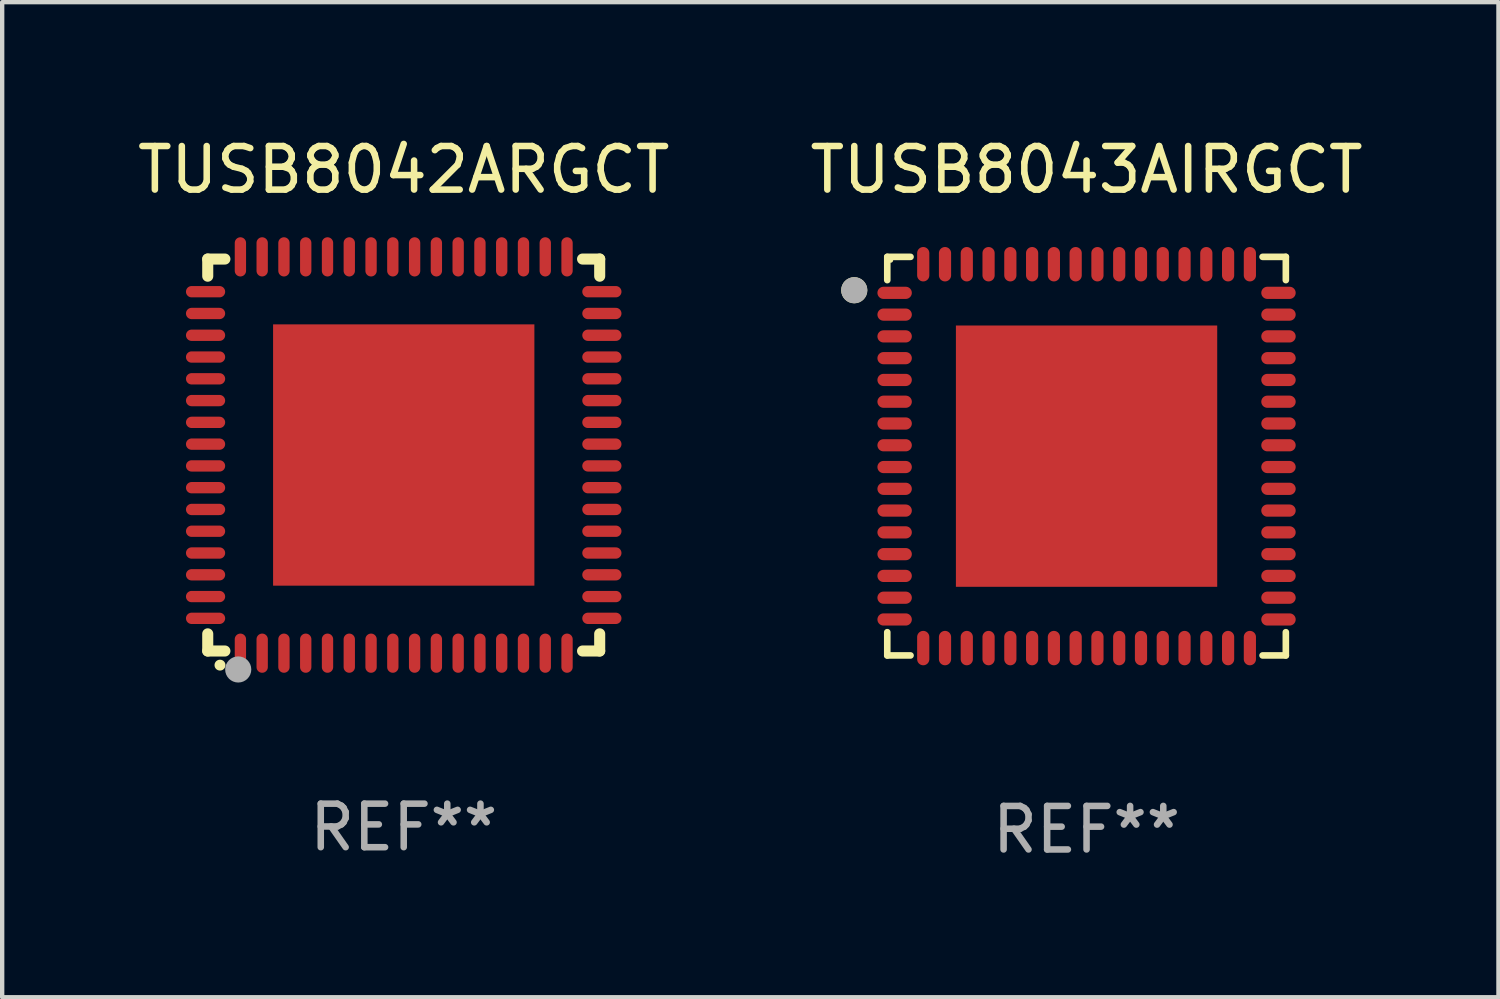
<source format=kicad_pcb>
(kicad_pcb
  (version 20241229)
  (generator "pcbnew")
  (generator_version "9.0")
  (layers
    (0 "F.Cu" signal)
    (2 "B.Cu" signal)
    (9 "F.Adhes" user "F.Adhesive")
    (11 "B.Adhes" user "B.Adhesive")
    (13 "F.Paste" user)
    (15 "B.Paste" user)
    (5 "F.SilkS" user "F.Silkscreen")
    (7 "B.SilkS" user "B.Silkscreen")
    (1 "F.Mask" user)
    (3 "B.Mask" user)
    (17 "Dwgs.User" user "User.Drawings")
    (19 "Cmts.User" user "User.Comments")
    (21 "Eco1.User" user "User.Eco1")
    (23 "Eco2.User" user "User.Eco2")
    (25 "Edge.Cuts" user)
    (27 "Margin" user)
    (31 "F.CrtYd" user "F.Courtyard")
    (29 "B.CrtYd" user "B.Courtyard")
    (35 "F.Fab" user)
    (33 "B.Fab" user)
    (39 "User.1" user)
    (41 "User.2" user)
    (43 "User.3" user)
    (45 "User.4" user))
  (footprint "TUSB8042ARGCT"
    (layer "F.Cu")
    (at 6.22 7.398)
    (property "Reference" "TUSB8042ARGCT" (at 0 -6.55 0) (layer "F.SilkS") (effects (font (size 1 1) (thickness 0.15))))
    (attr through_hole)
    (fp_line (start -4.5 -4.5) (end -4.106 -4.5) (stroke (width 0.254) (type solid)) (layer "F.SilkS"))
    (fp_line (start -4.5 -4.106) (end -4.5 -4.5) (stroke (width 0.254) (type solid)) (layer "F.SilkS"))
    (fp_line (start -4.5 4.5) (end -4.5 4.106) (stroke (width 0.254) (type solid)) (layer "F.SilkS"))
    (fp_line (start -4.106 4.5) (end -4.5 4.5) (stroke (width 0.254) (type solid)) (layer "F.SilkS"))
    (fp_line (start 4.106 -4.5) (end 4.5 -4.5) (stroke (width 0.254) (type solid)) (layer "F.SilkS"))
    (fp_line (start 4.5 -4.5) (end 4.5 -4.106) (stroke (width 0.254) (type solid)) (layer "F.SilkS"))
    (fp_line (start 4.5 4.106) (end 4.5 4.5) (stroke (width 0.254) (type solid)) (layer "F.SilkS"))
    (fp_line (start 4.5 4.5) (end 4.106 4.5) (stroke (width 0.254) (type solid)) (layer "F.SilkS"))
    (fp_arc (start -4.220041 4.824308) (mid -4.218771 4.824302) (end -4.217501 4.824308) (stroke (width 0.24892) (type solid)) (layer "F.SilkS"))
    (fp_circle (center -4.5 4.5) (end -4.47 4.5) (stroke (width 0.06) (type solid)) (fill no) (layer "F.SilkS"))
    (fp_circle (center -3.8 4.924) (end -3.65 4.924) (stroke (width 0.3) (type solid)) (fill no) (layer "F.Fab"))
    (fp_text user "REF**" (at 0 8.55 0) (layer "F.Fab") (effects (font (size 1 1) (thickness 0.15))))
    (pad "1" smd oval (at -3.75 4.55 90) (size 0.9 0.26) (layers "F.Cu" "F.Mask" "F.Paste"))
    (pad "2" smd oval (at -3.25 4.55 90) (size 0.9 0.26) (layers "F.Cu" "F.Mask" "F.Paste"))
    (pad "3" smd oval (at -2.75 4.55 90) (size 0.9 0.26) (layers "F.Cu" "F.Mask" "F.Paste"))
    (pad "4" smd oval (at -2.25 4.55 90) (size 0.9 0.26) (layers "F.Cu" "F.Mask" "F.Paste"))
    (pad "5" smd oval (at -1.75 4.55 90) (size 0.9 0.26) (layers "F.Cu" "F.Mask" "F.Paste"))
    (pad "6" smd oval (at -1.25 4.55 90) (size 0.9 0.26) (layers "F.Cu" "F.Mask" "F.Paste"))
    (pad "7" smd oval (at -0.75 4.55 90) (size 0.9 0.26) (layers "F.Cu" "F.Mask" "F.Paste"))
    (pad "8" smd oval (at -0.25 4.55 90) (size 0.9 0.26) (layers "F.Cu" "F.Mask" "F.Paste"))
    (pad "9" smd oval (at 0.25 4.55 90) (size 0.9 0.26) (layers "F.Cu" "F.Mask" "F.Paste"))
    (pad "10" smd oval (at 0.75 4.55 90) (size 0.9 0.26) (layers "F.Cu" "F.Mask" "F.Paste"))
    (pad "11" smd oval (at 1.25 4.55 90) (size 0.9 0.26) (layers "F.Cu" "F.Mask" "F.Paste"))
    (pad "12" smd oval (at 1.75 4.55 90) (size 0.9 0.26) (layers "F.Cu" "F.Mask" "F.Paste"))
    (pad "13" smd oval (at 2.25 4.55 90) (size 0.9 0.26) (layers "F.Cu" "F.Mask" "F.Paste"))
    (pad "14" smd oval (at 2.75 4.55 90) (size 0.9 0.26) (layers "F.Cu" "F.Mask" "F.Paste"))
    (pad "15" smd oval (at 3.25 4.55 90) (size 0.9 0.26) (layers "F.Cu" "F.Mask" "F.Paste"))
    (pad "16" smd oval (at 3.75 4.55 90) (size 0.9 0.26) (layers "F.Cu" "F.Mask" "F.Paste"))
    (pad "17" smd oval (at 4.55 3.75 90) (size 0.26 0.9) (layers "F.Cu" "F.Mask" "F.Paste"))
    (pad "18" smd oval (at 4.55 3.25 90) (size 0.26 0.9) (layers "F.Cu" "F.Mask" "F.Paste"))
    (pad "19" smd oval (at 4.55 2.75 90) (size 0.26 0.9) (layers "F.Cu" "F.Mask" "F.Paste"))
    (pad "20" smd oval (at 4.55 2.25 90) (size 0.26 0.9) (layers "F.Cu" "F.Mask" "F.Paste"))
    (pad "21" smd oval (at 4.55 1.75 90) (size 0.26 0.9) (layers "F.Cu" "F.Mask" "F.Paste"))
    (pad "22" smd oval (at 4.55 1.25 90) (size 0.26 0.9) (layers "F.Cu" "F.Mask" "F.Paste"))
    (pad "23" smd oval (at 4.55 0.75 90) (size 0.26 0.9) (layers "F.Cu" "F.Mask" "F.Paste"))
    (pad "24" smd oval (at 4.55 0.25 90) (size 0.26 0.9) (layers "F.Cu" "F.Mask" "F.Paste"))
    (pad "25" smd oval (at 4.55 -0.25 90) (size 0.26 0.9) (layers "F.Cu" "F.Mask" "F.Paste"))
    (pad "26" smd oval (at 4.55 -0.75 90) (size 0.26 0.9) (layers "F.Cu" "F.Mask" "F.Paste"))
    (pad "27" smd oval (at 4.55 -1.25 90) (size 0.26 0.9) (layers "F.Cu" "F.Mask" "F.Paste"))
    (pad "28" smd oval (at 4.55 -1.75 90) (size 0.26 0.9) (layers "F.Cu" "F.Mask" "F.Paste"))
    (pad "29" smd oval (at 4.55 -2.25 90) (size 0.26 0.9) (layers "F.Cu" "F.Mask" "F.Paste"))
    (pad "30" smd oval (at 4.55 -2.75 90) (size 0.26 0.9) (layers "F.Cu" "F.Mask" "F.Paste"))
    (pad "31" smd oval (at 4.55 -3.25 90) (size 0.26 0.9) (layers "F.Cu" "F.Mask" "F.Paste"))
    (pad "32" smd oval (at 4.55 -3.75 90) (size 0.26 0.9) (layers "F.Cu" "F.Mask" "F.Paste"))
    (pad "33" smd oval (at 3.75 -4.55 90) (size 0.9 0.26) (layers "F.Cu" "F.Mask" "F.Paste"))
    (pad "34" smd oval (at 3.25 -4.55 90) (size 0.9 0.26) (layers "F.Cu" "F.Mask" "F.Paste"))
    (pad "35" smd oval (at 2.75 -4.55 90) (size 0.9 0.26) (layers "F.Cu" "F.Mask" "F.Paste"))
    (pad "36" smd oval (at 2.25 -4.55 90) (size 0.9 0.26) (layers "F.Cu" "F.Mask" "F.Paste"))
    (pad "37" smd oval (at 1.75 -4.55 90) (size 0.9 0.26) (layers "F.Cu" "F.Mask" "F.Paste"))
    (pad "38" smd oval (at 1.25 -4.55 90) (size 0.9 0.26) (layers "F.Cu" "F.Mask" "F.Paste"))
    (pad "39" smd oval (at 0.75 -4.55 90) (size 0.9 0.26) (layers "F.Cu" "F.Mask" "F.Paste"))
    (pad "40" smd oval (at 0.25 -4.55 90) (size 0.9 0.26) (layers "F.Cu" "F.Mask" "F.Paste"))
    (pad "41" smd oval (at -0.25 -4.55 90) (size 0.9 0.26) (layers "F.Cu" "F.Mask" "F.Paste"))
    (pad "42" smd oval (at -0.75 -4.55 90) (size 0.9 0.26) (layers "F.Cu" "F.Mask" "F.Paste"))
    (pad "43" smd oval (at -1.25 -4.55 90) (size 0.9 0.26) (layers "F.Cu" "F.Mask" "F.Paste"))
    (pad "44" smd oval (at -1.75 -4.55 90) (size 0.9 0.26) (layers "F.Cu" "F.Mask" "F.Paste"))
    (pad "45" smd oval (at -2.25 -4.55 90) (size 0.9 0.26) (layers "F.Cu" "F.Mask" "F.Paste"))
    (pad "46" smd oval (at -2.75 -4.55 90) (size 0.9 0.26) (layers "F.Cu" "F.Mask" "F.Paste"))
    (pad "47" smd oval (at -3.25 -4.55 90) (size 0.9 0.26) (layers "F.Cu" "F.Mask" "F.Paste"))
    (pad "48" smd oval (at -3.75 -4.55 90) (size 0.9 0.26) (layers "F.Cu" "F.Mask" "F.Paste"))
    (pad "49" smd oval (at -4.55 -3.75 90) (size 0.26 0.9) (layers "F.Cu" "F.Mask" "F.Paste"))
    (pad "50" smd oval (at -4.55 -3.25 90) (size 0.26 0.9) (layers "F.Cu" "F.Mask" "F.Paste"))
    (pad "51" smd oval (at -4.55 -2.75 90) (size 0.26 0.9) (layers "F.Cu" "F.Mask" "F.Paste"))
    (pad "52" smd oval (at -4.55 -2.25 90) (size 0.26 0.9) (layers "F.Cu" "F.Mask" "F.Paste"))
    (pad "53" smd oval (at -4.55 -1.75 90) (size 0.26 0.9) (layers "F.Cu" "F.Mask" "F.Paste"))
    (pad "54" smd oval (at -4.55 -1.25 90) (size 0.26 0.9) (layers "F.Cu" "F.Mask" "F.Paste"))
    (pad "55" smd oval (at -4.55 -0.75 90) (size 0.26 0.9) (layers "F.Cu" "F.Mask" "F.Paste"))
    (pad "56" smd oval (at -4.55 -0.25 90) (size 0.26 0.9) (layers "F.Cu" "F.Mask" "F.Paste"))
    (pad "57" smd oval (at -4.55 0.25 90) (size 0.26 0.9) (layers "F.Cu" "F.Mask" "F.Paste"))
    (pad "58" smd oval (at -4.55 0.75 90) (size 0.26 0.9) (layers "F.Cu" "F.Mask" "F.Paste"))
    (pad "59" smd oval (at -4.55 1.25 90) (size 0.26 0.9) (layers "F.Cu" "F.Mask" "F.Paste"))
    (pad "60" smd oval (at -4.55 1.75 90) (size 0.26 0.9) (layers "F.Cu" "F.Mask" "F.Paste"))
    (pad "61" smd oval (at -4.55 2.25 90) (size 0.26 0.9) (layers "F.Cu" "F.Mask" "F.Paste"))
    (pad "62" smd oval (at -4.55 2.75 90) (size 0.26 0.9) (layers "F.Cu" "F.Mask" "F.Paste"))
    (pad "63" smd oval (at -4.55 3.25 90) (size 0.26 0.9) (layers "F.Cu" "F.Mask" "F.Paste"))
    (pad "64" smd oval (at -4.55 3.75 90) (size 0.26 0.9) (layers "F.Cu" "F.Mask" "F.Paste"))
    (pad "65" smd rect (at 0.000381 0 90) (size 6 6) (layers "F.Cu" "F.Mask" "F.Paste")))
  (footprint "TUSB8043AIRGCT"
    (layer "F.Cu")
    (at 21.899 7.424)
    (property "Reference" "TUSB8043AIRGCT" (at 0 -6.576 0) (layer "F.SilkS") (effects (font (size 1 1) (thickness 0.15))))
    (attr through_hole)
    (fp_line (start -4.576 -4.576) (end -4.042 -4.576) (stroke (width 0.152) (type solid)) (layer "F.SilkS"))
    (fp_line (start -4.576 -4.042) (end -4.576 -4.576) (stroke (width 0.152) (type solid)) (layer "F.SilkS"))
    (fp_line (start -4.576 4.042) (end -4.576 4.576) (stroke (width 0.152) (type solid)) (layer "F.SilkS"))
    (fp_line (start -4.576 4.576) (end -4.042 4.576) (stroke (width 0.152) (type solid)) (layer "F.SilkS"))
    (fp_line (start 4.576 -4.576) (end 4.042 -4.576) (stroke (width 0.152) (type solid)) (layer "F.SilkS"))
    (fp_line (start 4.576 -4.042) (end 4.576 -4.576) (stroke (width 0.152) (type solid)) (layer "F.SilkS"))
    (fp_line (start 4.576 4.042) (end 4.576 4.576) (stroke (width 0.152) (type solid)) (layer "F.SilkS"))
    (fp_line (start 4.576 4.576) (end 4.042 4.576) (stroke (width 0.152) (type solid)) (layer "F.SilkS"))
    (fp_circle (center -5.334 -3.81) (end -5.184 -3.81) (stroke (width 0.3) (type solid)) (fill no) (layer "F.SilkS"))
    (fp_circle (center -4.5 -4.5) (end -4.47 -4.5) (stroke (width 0.06) (type solid)) (fill no) (layer "F.SilkS"))
    (fp_circle (center -5.334 -3.81) (end -5.184 -3.81) (stroke (width 0.3) (type solid)) (fill no) (layer "F.Fab"))
    (fp_text user "REF**" (at 0 8.576 0) (layer "F.Fab") (effects (font (size 1 1) (thickness 0.15))))
    (pad "1" smd oval (at -4.407 -3.75) (size 0.79 0.28) (layers "F.Cu" "F.Mask" "F.Paste"))
    (pad "2" smd oval (at -4.407 -3.25) (size 0.79 0.28) (layers "F.Cu" "F.Mask" "F.Paste"))
    (pad "3" smd oval (at -4.407 -2.75) (size 0.79 0.28) (layers "F.Cu" "F.Mask" "F.Paste"))
    (pad "4" smd oval (at -4.407 -2.25) (size 0.79 0.28) (layers "F.Cu" "F.Mask" "F.Paste"))
    (pad "5" smd oval (at -4.407 -1.75) (size 0.79 0.28) (layers "F.Cu" "F.Mask" "F.Paste"))
    (pad "6" smd oval (at -4.407 -1.25) (size 0.79 0.28) (layers "F.Cu" "F.Mask" "F.Paste"))
    (pad "7" smd oval (at -4.407 -0.75) (size 0.79 0.28) (layers "F.Cu" "F.Mask" "F.Paste"))
    (pad "8" smd oval (at -4.407 -0.25) (size 0.79 0.28) (layers "F.Cu" "F.Mask" "F.Paste"))
    (pad "9" smd oval (at -4.407 0.25) (size 0.79 0.28) (layers "F.Cu" "F.Mask" "F.Paste"))
    (pad "10" smd oval (at -4.407 0.75) (size 0.79 0.28) (layers "F.Cu" "F.Mask" "F.Paste"))
    (pad "11" smd oval (at -4.407 1.25) (size 0.79 0.28) (layers "F.Cu" "F.Mask" "F.Paste"))
    (pad "12" smd oval (at -4.407 1.75) (size 0.79 0.28) (layers "F.Cu" "F.Mask" "F.Paste"))
    (pad "13" smd oval (at -4.407 2.25) (size 0.79 0.28) (layers "F.Cu" "F.Mask" "F.Paste"))
    (pad "14" smd oval (at -4.407 2.75) (size 0.79 0.28) (layers "F.Cu" "F.Mask" "F.Paste"))
    (pad "15" smd oval (at -4.407 3.25) (size 0.79 0.28) (layers "F.Cu" "F.Mask" "F.Paste"))
    (pad "16" smd oval (at -4.407 3.75) (size 0.79 0.28) (layers "F.Cu" "F.Mask" "F.Paste"))
    (pad "17" smd oval (at -3.75 4.407) (size 0.28 0.79) (layers "F.Cu" "F.Mask" "F.Paste"))
    (pad "18" smd oval (at -3.25 4.407) (size 0.28 0.79) (layers "F.Cu" "F.Mask" "F.Paste"))
    (pad "19" smd oval (at -2.75 4.407) (size 0.28 0.79) (layers "F.Cu" "F.Mask" "F.Paste"))
    (pad "20" smd oval (at -2.25 4.407) (size 0.28 0.79) (layers "F.Cu" "F.Mask" "F.Paste"))
    (pad "21" smd oval (at -1.75 4.407) (size 0.28 0.79) (layers "F.Cu" "F.Mask" "F.Paste"))
    (pad "22" smd oval (at -1.25 4.407) (size 0.28 0.79) (layers "F.Cu" "F.Mask" "F.Paste"))
    (pad "23" smd oval (at -0.75 4.407) (size 0.28 0.79) (layers "F.Cu" "F.Mask" "F.Paste"))
    (pad "24" smd oval (at -0.25 4.407) (size 0.28 0.79) (layers "F.Cu" "F.Mask" "F.Paste"))
    (pad "25" smd oval (at 0.25 4.407) (size 0.28 0.79) (layers "F.Cu" "F.Mask" "F.Paste"))
    (pad "26" smd oval (at 0.75 4.407) (size 0.28 0.79) (layers "F.Cu" "F.Mask" "F.Paste"))
    (pad "27" smd oval (at 1.25 4.407) (size 0.28 0.79) (layers "F.Cu" "F.Mask" "F.Paste"))
    (pad "28" smd oval (at 1.75 4.407) (size 0.28 0.79) (layers "F.Cu" "F.Mask" "F.Paste"))
    (pad "29" smd oval (at 2.25 4.407) (size 0.28 0.79) (layers "F.Cu" "F.Mask" "F.Paste"))
    (pad "30" smd oval (at 2.75 4.407) (size 0.28 0.79) (layers "F.Cu" "F.Mask" "F.Paste"))
    (pad "31" smd oval (at 3.25 4.407) (size 0.28 0.79) (layers "F.Cu" "F.Mask" "F.Paste"))
    (pad "32" smd oval (at 3.75 4.407) (size 0.28 0.79) (layers "F.Cu" "F.Mask" "F.Paste"))
    (pad "33" smd oval (at 4.407 3.75) (size 0.79 0.28) (layers "F.Cu" "F.Mask" "F.Paste"))
    (pad "34" smd oval (at 4.407 3.25) (size 0.79 0.28) (layers "F.Cu" "F.Mask" "F.Paste"))
    (pad "35" smd oval (at 4.407 2.75) (size 0.79 0.28) (layers "F.Cu" "F.Mask" "F.Paste"))
    (pad "36" smd oval (at 4.407 2.25) (size 0.79 0.28) (layers "F.Cu" "F.Mask" "F.Paste"))
    (pad "37" smd oval (at 4.407 1.75) (size 0.79 0.28) (layers "F.Cu" "F.Mask" "F.Paste"))
    (pad "38" smd oval (at 4.407 1.25) (size 0.79 0.28) (layers "F.Cu" "F.Mask" "F.Paste"))
    (pad "39" smd oval (at 4.407 0.75) (size 0.79 0.28) (layers "F.Cu" "F.Mask" "F.Paste"))
    (pad "40" smd oval (at 4.407 0.25) (size 0.79 0.28) (layers "F.Cu" "F.Mask" "F.Paste"))
    (pad "41" smd oval (at 4.407 -0.25) (size 0.79 0.28) (layers "F.Cu" "F.Mask" "F.Paste"))
    (pad "42" smd oval (at 4.407 -0.75) (size 0.79 0.28) (layers "F.Cu" "F.Mask" "F.Paste"))
    (pad "43" smd oval (at 4.407 -1.25) (size 0.79 0.28) (layers "F.Cu" "F.Mask" "F.Paste"))
    (pad "44" smd oval (at 4.407 -1.75) (size 0.79 0.28) (layers "F.Cu" "F.Mask" "F.Paste"))
    (pad "45" smd oval (at 4.407 -2.25) (size 0.79 0.28) (layers "F.Cu" "F.Mask" "F.Paste"))
    (pad "46" smd oval (at 4.407 -2.75) (size 0.79 0.28) (layers "F.Cu" "F.Mask" "F.Paste"))
    (pad "47" smd oval (at 4.407 -3.25) (size 0.79 0.28) (layers "F.Cu" "F.Mask" "F.Paste"))
    (pad "48" smd oval (at 4.407 -3.75) (size 0.79 0.28) (layers "F.Cu" "F.Mask" "F.Paste"))
    (pad "49" smd oval (at 3.75 -4.407) (size 0.28 0.79) (layers "F.Cu" "F.Mask" "F.Paste"))
    (pad "50" smd oval (at 3.25 -4.407) (size 0.28 0.79) (layers "F.Cu" "F.Mask" "F.Paste"))
    (pad "51" smd oval (at 2.75 -4.407) (size 0.28 0.79) (layers "F.Cu" "F.Mask" "F.Paste"))
    (pad "52" smd oval (at 2.25 -4.407) (size 0.28 0.79) (layers "F.Cu" "F.Mask" "F.Paste"))
    (pad "53" smd oval (at 1.75 -4.407) (size 0.28 0.79) (layers "F.Cu" "F.Mask" "F.Paste"))
    (pad "54" smd oval (at 1.25 -4.407) (size 0.28 0.79) (layers "F.Cu" "F.Mask" "F.Paste"))
    (pad "55" smd oval (at 0.75 -4.407) (size 0.28 0.79) (layers "F.Cu" "F.Mask" "F.Paste"))
    (pad "56" smd oval (at 0.25 -4.407) (size 0.28 0.79) (layers "F.Cu" "F.Mask" "F.Paste"))
    (pad "57" smd oval (at -0.25 -4.407) (size 0.28 0.79) (layers "F.Cu" "F.Mask" "F.Paste"))
    (pad "58" smd oval (at -0.75 -4.407) (size 0.28 0.79) (layers "F.Cu" "F.Mask" "F.Paste"))
    (pad "59" smd oval (at -1.25 -4.407) (size 0.28 0.79) (layers "F.Cu" "F.Mask" "F.Paste"))
    (pad "60" smd oval (at -1.75 -4.407) (size 0.28 0.79) (layers "F.Cu" "F.Mask" "F.Paste"))
    (pad "61" smd oval (at -2.25 -4.407) (size 0.28 0.79) (layers "F.Cu" "F.Mask" "F.Paste"))
    (pad "62" smd oval (at -2.75 -4.407) (size 0.28 0.79) (layers "F.Cu" "F.Mask" "F.Paste"))
    (pad "63" smd oval (at -3.25 -4.407) (size 0.28 0.79) (layers "F.Cu" "F.Mask" "F.Paste"))
    (pad "64" smd oval (at -3.75 -4.407) (size 0.28 0.79) (layers "F.Cu" "F.Mask" "F.Paste"))
    (pad "65" smd rect (at 0 0) (size 6 6) (layers "F.Cu" "F.Mask" "F.Paste")))
  (gr_rect
    (start -3 -3)
    (end 31.357 19.849)
    (stroke (width 0.1) (type default))
    (fill no)
    (layer "Edge.Cuts")))
</source>
